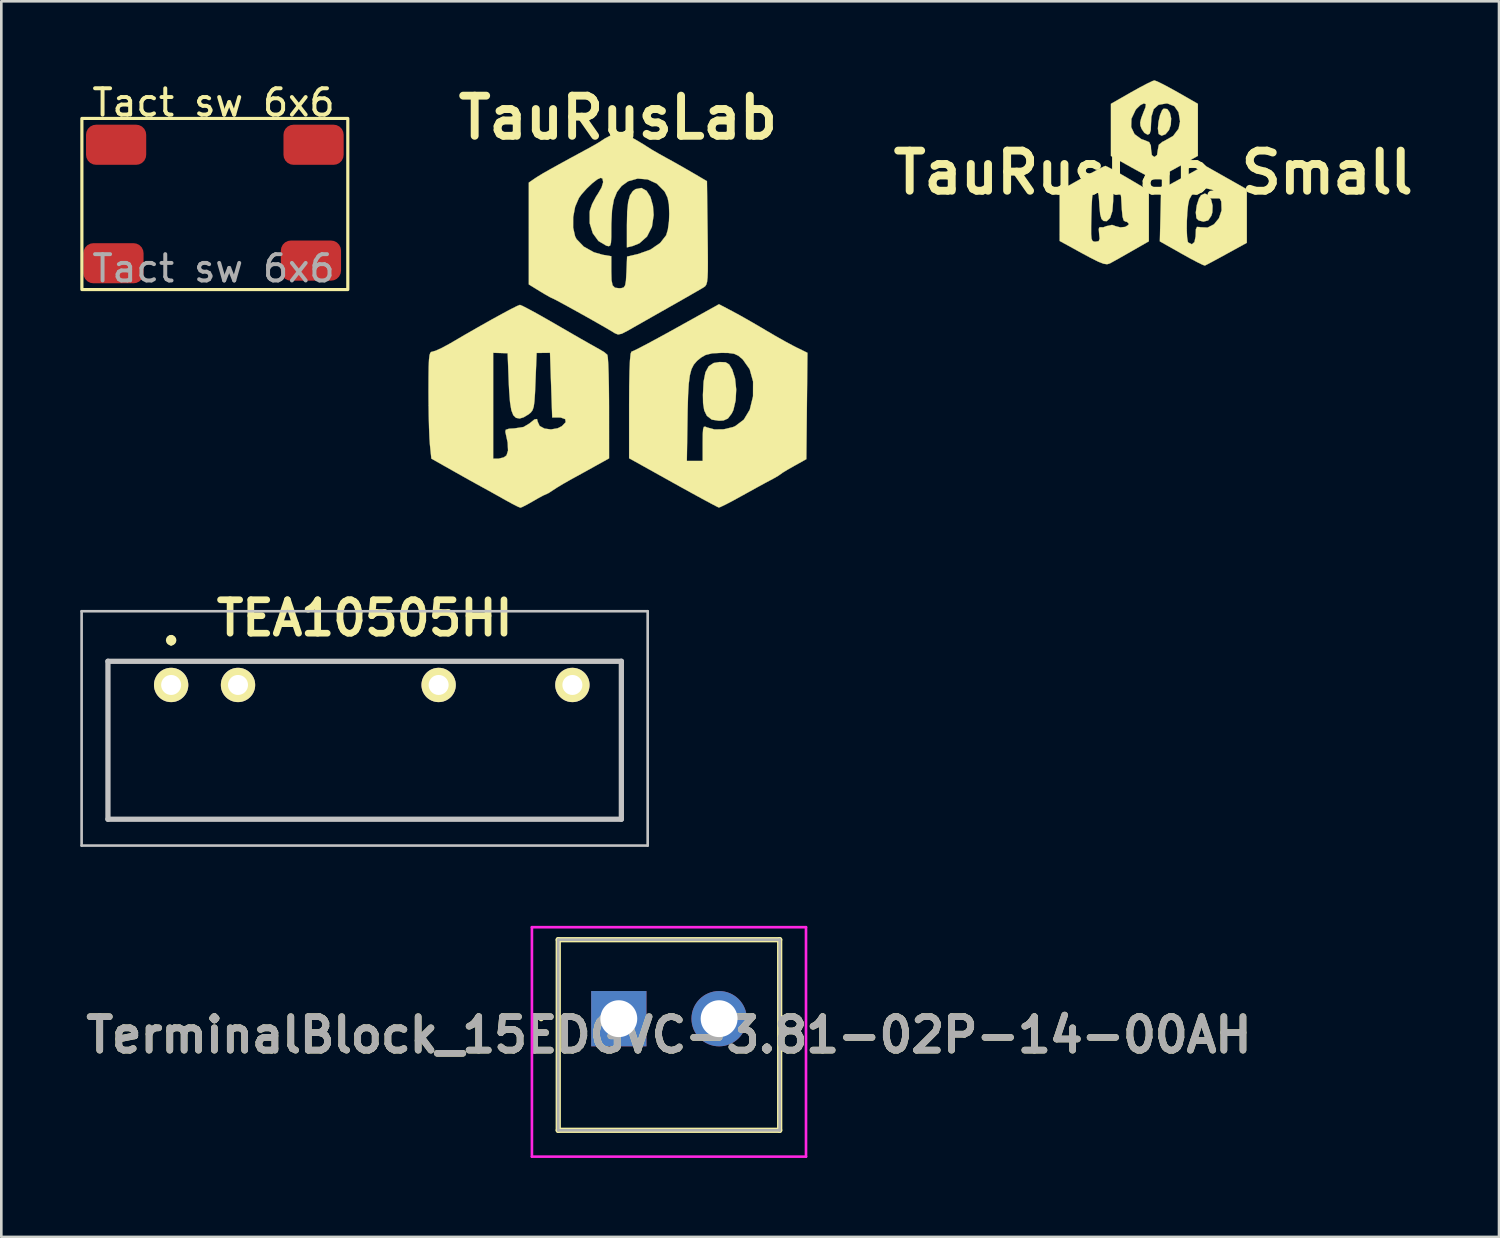
<source format=kicad_pcb>
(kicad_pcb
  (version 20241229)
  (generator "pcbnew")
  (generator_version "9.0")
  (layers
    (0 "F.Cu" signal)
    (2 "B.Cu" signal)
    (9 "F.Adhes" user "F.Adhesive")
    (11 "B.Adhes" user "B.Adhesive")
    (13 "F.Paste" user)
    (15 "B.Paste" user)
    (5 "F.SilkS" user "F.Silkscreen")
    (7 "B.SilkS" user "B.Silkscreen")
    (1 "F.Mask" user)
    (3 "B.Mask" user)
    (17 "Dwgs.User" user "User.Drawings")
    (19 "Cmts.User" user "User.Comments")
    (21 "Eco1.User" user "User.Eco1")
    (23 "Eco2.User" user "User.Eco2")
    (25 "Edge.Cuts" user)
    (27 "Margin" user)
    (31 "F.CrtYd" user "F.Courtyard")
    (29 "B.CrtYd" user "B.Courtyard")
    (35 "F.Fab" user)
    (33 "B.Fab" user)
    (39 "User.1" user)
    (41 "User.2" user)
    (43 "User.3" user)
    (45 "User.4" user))
  (footprint "TauRusLab"
    (layer "F.Cu")
    (at 20.422 9.038)
    (property "Reference" "TauRusLab" (at 0 -7.62 0) (layer "F.SilkS") (effects (font (size 1.524 1.524) (thickness 0.3))))
    (attr through_hole)
    (fp_poly (pts (xy 1.084 -4.842) (xy 1.234 -4.608) (xy 1.329 -4.265) (xy 1.355 -3.92) (xy 1.289 -3.471) (xy 1.103 -3.105) (xy 0.815 -2.848) (xy 0.572 -2.749) (xy 0.339 -2.691) (xy 0.339 -3.541) (xy 0.349 -4.048) (xy 0.386 -4.414) (xy 0.454 -4.665) (xy 0.561 -4.827) (xy 0.671 -4.907) (xy 0.891 -4.949) (xy 1.084 -4.842)) (stroke (width 0.01) (type solid)) (fill yes) (layer "F.SilkS"))
    (fp_poly (pts (xy 4.088 1.672) (xy 4.223 1.754) (xy 4.339 1.947) (xy 4.447 2.289) (xy 4.49 2.703) (xy 4.468 3.124) (xy 4.383 3.486) (xy 4.319 3.619) (xy 4.175 3.808) (xy 4.005 3.883) (xy 3.832 3.892) (xy 3.565 3.851) (xy 3.386 3.713) (xy 3.365 3.686) (xy 3.275 3.498) (xy 3.232 3.224) (xy 3.226 2.905) (xy 3.252 2.405) (xy 3.322 2.051) (xy 3.446 1.822) (xy 3.633 1.699) (xy 3.862 1.662) (xy 4.088 1.672)) (stroke (width 0.01) (type solid)) (fill yes) (layer "F.SilkS"))
    (fp_poly (pts (xy 4.352 -0.262) (xy 4.664 -0.092) (xy 5.053 0.129) (xy 5.453 0.362) (xy 5.6 0.45) (xy 5.971 0.667) (xy 6.343 0.877) (xy 6.657 1.046) (xy 6.764 1.101) (xy 7.196 1.312) (xy 7.154 5.351) (xy 6.689 5.61) (xy 6.439 5.752) (xy 6.254 5.865) (xy 6.181 5.918) (xy 6.085 5.985) (xy 5.895 6.094) (xy 5.8 6.144) (xy 5.579 6.262) (xy 5.262 6.435) (xy 4.898 6.636) (xy 4.678 6.758) (xy 4.35 6.938) (xy 4.077 7.08) (xy 3.892 7.168) (xy 3.831 7.189) (xy 3.742 7.147) (xy 3.527 7.034) (xy 3.208 6.862) (xy 2.807 6.643) (xy 2.345 6.388) (xy 2.095 6.249) (xy 0.606 5.419) (xy 2.615 5.419) (xy 3.217 5.419) (xy 3.217 4.738) (xy 3.22 4.403) (xy 3.233 4.208) (xy 3.264 4.123) (xy 3.322 4.118) (xy 3.381 4.146) (xy 3.663 4.222) (xy 4.017 4.217) (xy 4.367 4.133) (xy 4.452 4.097) (xy 4.778 3.851) (xy 5.005 3.473) (xy 5.127 2.972) (xy 5.129 2.957) (xy 5.131 2.402) (xy 5.001 1.935) (xy 4.742 1.568) (xy 4.737 1.562) (xy 4.572 1.423) (xy 4.41 1.348) (xy 4.187 1.318) (xy 3.935 1.314) (xy 3.577 1.332) (xy 3.329 1.393) (xy 3.158 1.491) (xy 3 1.62) (xy 2.88 1.76) (xy 2.791 1.935) (xy 2.729 2.17) (xy 2.688 2.489) (xy 2.662 2.916) (xy 2.646 3.478) (xy 2.641 3.789) (xy 2.615 5.419) (xy 0.606 5.419) (xy 0.423 5.317) (xy 0.423 3.294) (xy 0.427 2.57) (xy 0.438 2.003) (xy 0.455 1.595) (xy 0.48 1.35) (xy 0.51 1.27) (xy 0.607 1.23) (xy 0.828 1.12) (xy 1.152 0.95) (xy 1.555 0.732) (xy 2.015 0.48) (xy 2.216 0.368) (xy 3.835 -0.533) (xy 4.352 -0.262)) (stroke (width 0.01) (type solid)) (fill yes) (layer "F.SilkS"))
    (fp_poly (pts (xy -3.623 -0.467) (xy -3.403 -0.354) (xy -3.086 -0.182) (xy -2.7 0.036) (xy -2.302 0.265) (xy -1.857 0.523) (xy -1.446 0.76) (xy -1.098 0.958) (xy -0.842 1.102) (xy -0.72 1.169) (xy -0.526 1.284) (xy -0.406 1.386) (xy -0.403 1.39) (xy -0.386 1.498) (xy -0.369 1.75) (xy -0.356 2.12) (xy -0.346 2.584) (xy -0.341 3.116) (xy -0.34 3.401) (xy -0.339 5.321) (xy -0.826 5.592) (xy -1.18 5.789) (xy -1.564 6) (xy -1.778 6.117) (xy -2.069 6.282) (xy -2.333 6.441) (xy -2.468 6.53) (xy -2.636 6.639) (xy -2.737 6.688) (xy -2.74 6.689) (xy -2.832 6.728) (xy -3.024 6.831) (xy -3.217 6.943) (xy -3.458 7.079) (xy -3.638 7.17) (xy -3.708 7.194) (xy -3.807 7.154) (xy -4.009 7.051) (xy -4.27 6.908) (xy -4.276 6.905) (xy -4.61 6.717) (xy -4.952 6.527) (xy -5.17 6.407) (xy -5.383 6.29) (xy -5.591 6.175) (xy -5.83 6.041) (xy -6.138 5.868) (xy -6.55 5.635) (xy -6.613 5.6) (xy -7.088 5.331) (xy -7.142 4.812) (xy -7.16 4.553) (xy -7.176 4.165) (xy -7.188 3.688) (xy -7.195 3.165) (xy -7.197 2.782) (xy -7.195 2.239) (xy -7.19 1.843) (xy -7.178 1.572) (xy -7.158 1.401) (xy -7.128 1.312) (xy -4.741 1.312) (xy -4.741 3.323) (xy -4.741 5.334) (xy -4.54 5.334) (xy -4.338 5.284) (xy -4.234 5.208) (xy -4.176 5.024) (xy -4.19 4.723) (xy -4.273 4.338) (xy -4.279 4.318) (xy -4.264 4.236) (xy -4.138 4.195) (xy -3.934 4.183) (xy -3.588 4.13) (xy -3.358 3.992) (xy -3.174 3.843) (xy -3.076 3.827) (xy -3.048 3.934) (xy -2.975 4.091) (xy -2.791 4.19) (xy -2.545 4.222) (xy -2.287 4.177) (xy -2.131 4.098) (xy -1.987 3.948) (xy -2.004 3.832) (xy -2.173 3.771) (xy -2.251 3.768) (xy -2.498 3.768) (xy -2.54 2.54) (xy -2.582 1.312) (xy -3.09 1.318) (xy -3.133 2.4) (xy -3.152 2.847) (xy -3.173 3.157) (xy -3.201 3.361) (xy -3.245 3.491) (xy -3.309 3.578) (xy -3.387 3.644) (xy -3.58 3.761) (xy -3.736 3.808) (xy -3.874 3.782) (xy -3.976 3.684) (xy -4.05 3.494) (xy -4.1 3.19) (xy -4.134 2.75) (xy -4.149 2.429) (xy -4.191 1.328) (xy -4.741 1.312) (xy -7.128 1.312) (xy -7.127 1.31) (xy -7.084 1.274) (xy -7.054 1.27) (xy -6.914 1.229) (xy -6.679 1.12) (xy -6.395 0.966) (xy -6.355 0.943) (xy -5.824 0.632) (xy -5.309 0.337) (xy -4.831 0.067) (xy -4.412 -0.163) (xy -4.074 -0.344) (xy -3.838 -0.463) (xy -3.725 -0.508) (xy -3.723 -0.508) (xy -3.623 -0.467)) (stroke (width 0.01) (type solid)) (fill yes) (layer "F.SilkS"))
    (fp_poly (pts (xy 0.255 -7.009) (xy 0.487 -6.887) (xy 0.761 -6.73) (xy 1.008 -6.581) (xy 1.101 -6.52) (xy 1.287 -6.403) (xy 1.559 -6.245) (xy 1.811 -6.105) (xy 2.161 -5.912) (xy 2.557 -5.687) (xy 2.844 -5.521) (xy 3.379 -5.207) (xy 3.404 -3.246) (xy 3.411 -2.619) (xy 3.414 -2.141) (xy 3.412 -1.789) (xy 3.402 -1.543) (xy 3.383 -1.38) (xy 3.354 -1.279) (xy 3.313 -1.218) (xy 3.26 -1.178) (xy 3.13 -1.101) (xy 2.882 -0.958) (xy 2.546 -0.765) (xy 2.151 -0.54) (xy 1.905 -0.401) (xy 1.471 -0.155) (xy 1.062 0.078) (xy 0.711 0.277) (xy 0.455 0.423) (xy 0.373 0.47) (xy 0.147 0.587) (xy 0.002 0.617) (xy -0.119 0.569) (xy -0.135 0.558) (xy -0.267 0.477) (xy -0.503 0.339) (xy -0.813 0.162) (xy -1.166 -0.038) (xy -1.531 -0.241) (xy -1.877 -0.433) (xy -2.174 -0.595) (xy -2.39 -0.71) (xy -2.495 -0.761) (xy -2.5 -0.762) (xy -2.586 -0.803) (xy -2.772 -0.909) (xy -2.962 -1.023) (xy -3.387 -1.285) (xy -3.387 -3.446) (xy -1.704 -3.446) (xy -1.629 -3.112) (xy -1.574 -3.006) (xy -1.299 -2.721) (xy -0.916 -2.507) (xy -0.579 -2.411) (xy -0.254 -2.356) (xy -0.254 -1.778) (xy -0.245 -1.446) (xy -0.205 -1.251) (xy -0.114 -1.16) (xy 0.046 -1.14) (xy 0.123 -1.144) (xy 0.215 -1.169) (xy 0.271 -1.25) (xy 0.302 -1.425) (xy 0.32 -1.732) (xy 0.321 -1.75) (xy 0.346 -2.343) (xy 0.767 -2.441) (xy 1.233 -2.607) (xy 1.603 -2.861) (xy 1.829 -3.15) (xy 1.894 -3.367) (xy 1.937 -3.688) (xy 1.947 -3.963) (xy 1.934 -4.322) (xy 1.885 -4.575) (xy 1.787 -4.783) (xy 1.755 -4.832) (xy 1.475 -5.114) (xy 1.125 -5.274) (xy 0.748 -5.306) (xy 0.385 -5.204) (xy 0.138 -5.025) (xy -0.038 -4.797) (xy -0.156 -4.506) (xy -0.225 -4.119) (xy -0.252 -3.606) (xy -0.254 -3.444) (xy -0.255 -3.089) (xy -0.266 -2.872) (xy -0.295 -2.765) (xy -0.349 -2.736) (xy -0.437 -2.755) (xy -0.445 -2.758) (xy -0.742 -2.934) (xy -0.958 -3.23) (xy -1.075 -3.609) (xy -1.076 -4.033) (xy -1.066 -4.096) (xy -0.982 -4.34) (xy -0.834 -4.62) (xy -0.762 -4.728) (xy -0.623 -4.968) (xy -0.563 -5.173) (xy -0.59 -5.306) (xy -0.657 -5.334) (xy -0.786 -5.275) (xy -0.98 -5.124) (xy -1.194 -4.92) (xy -1.387 -4.703) (xy -1.482 -4.571) (xy -1.627 -4.237) (xy -1.702 -3.841) (xy -1.704 -3.446) (xy -3.387 -3.446) (xy -3.387 -5.153) (xy -3.154 -5.314) (xy -3.027 -5.396) (xy -2.85 -5.503) (xy -2.602 -5.644) (xy -2.264 -5.832) (xy -1.817 -6.077) (xy -1.242 -6.389) (xy -1.185 -6.419) (xy -0.913 -6.57) (xy -0.703 -6.693) (xy -0.597 -6.763) (xy -0.593 -6.766) (xy -0.495 -6.83) (xy -0.304 -6.929) (xy -0.233 -6.962) (xy -0.043 -7.043) (xy 0.097 -7.061) (xy 0.255 -7.009)) (stroke (width 0.01) (type solid)) (fill yes) (layer "F.SilkS")))
  (footprint "TerminalBlock_15EDGVC-3.81-02P-14-00AH"
    (layer "F.Cu")
    (at 20.453 35.641)
    (property "Reference" "TerminalBlock_15EDGVC-3.81-02P-14-00AH" (at 1.905 0.62 0) (layer "F.SilkS") (effects (font (size 1.27 1.27) (thickness 0.254))))
    (attr through_hole)
    (fp_line (start -3 0) (end -3 0) (stroke (width 0.1) (type solid)) (layer "F.SilkS"))
    (fp_line (start -2.9 0) (end -2.9 0) (stroke (width 0.1) (type solid)) (layer "F.SilkS"))
    (fp_line (start -2.3 -3) (end -2.3 4.24) (stroke (width 0.2) (type solid)) (layer "F.SilkS"))
    (fp_line (start -2.3 4.24) (end 6.11 4.24) (stroke (width 0.2) (type solid)) (layer "F.SilkS"))
    (fp_line (start 6.11 -3) (end -2.3 -3) (stroke (width 0.2) (type solid)) (layer "F.SilkS"))
    (fp_line (start 6.11 4.24) (end 6.11 -3) (stroke (width 0.2) (type solid)) (layer "F.SilkS"))
    (fp_arc (start -3 0) (mid -2.95 -0.05) (end -2.9 0) (stroke (width 0.1) (type solid)) (layer "F.SilkS"))
    (fp_arc (start -2.9 0) (mid -2.95 0.05) (end -3 0) (stroke (width 0.1) (type solid)) (layer "F.SilkS"))
    (fp_line (start -3.3 -3.475) (end -3.3 5.24) (stroke (width 0.1) (type solid)) (layer "F.CrtYd"))
    (fp_line (start -3.3 5.24) (end 7.11 5.24) (stroke (width 0.1) (type solid)) (layer "F.CrtYd"))
    (fp_line (start 7.11 -3.475) (end -3.3 -3.475) (stroke (width 0.1) (type solid)) (layer "F.CrtYd"))
    (fp_line (start 7.11 5.24) (end 7.11 -3.475) (stroke (width 0.1) (type solid)) (layer "F.CrtYd"))
    (fp_line (start -2.3 -3) (end -2.3 4.24) (stroke (width 0.1) (type solid)) (layer "F.Fab"))
    (fp_line (start -2.3 4.24) (end 6.11 4.24) (stroke (width 0.1) (type solid)) (layer "F.Fab"))
    (fp_line (start 6.11 -3) (end -2.3 -3) (stroke (width 0.1) (type solid)) (layer "F.Fab"))
    (fp_line (start 6.11 4.24) (end 6.11 -3) (stroke (width 0.1) (type solid)) (layer "F.Fab"))
    (fp_text user "${REFERENCE}" (at 1.905 0.62 0) (layer "F.Fab") (effects (font (size 1.27 1.27) (thickness 0.254))))
    (pad "1" thru_hole rect (at 0 0) (size 2.1 2.1) (drill 1.4) (layers "*.Cu" "*.Mask"))
    (pad "2" thru_hole circle (at 3.81 0) (size 2.1 2.1) (drill 1.4) (layers "*.Cu" "*.Mask")))
  (footprint "TauRusLab_Small"
    (layer "F.Cu")
    (at 40.754 3.505)
    (property "Reference" "TauRusLab_Small" (at 0 0 0) (layer "F.SilkS") (effects (font (size 1.524 1.524) (thickness 0.3))))
    (attr through_hole)
    (fp_poly (pts (xy 0.532 -2.413) (xy 0.63 -2.274) (xy 0.678 -2.059) (xy 0.665 -1.815) (xy 0.595 -1.613) (xy 0.463 -1.456) (xy 0.317 -1.401) (xy 0.209 -1.463) (xy 0.199 -1.484) (xy 0.174 -1.674) (xy 0.197 -1.927) (xy 0.255 -2.179) (xy 0.334 -2.369) (xy 0.395 -2.43) (xy 0.532 -2.413)) (stroke (width 0.01) (type solid)) (fill yes) (layer "F.SilkS"))
    (fp_poly (pts (xy 2.092 0.861) (xy 2.196 1.027) (xy 2.252 1.254) (xy 2.243 1.508) (xy 2.207 1.636) (xy 2.085 1.816) (xy 1.904 1.863) (xy 1.723 1.817) (xy 1.638 1.732) (xy 1.614 1.516) (xy 1.652 1.238) (xy 1.735 0.983) (xy 1.813 0.86) (xy 1.958 0.794) (xy 2.092 0.861)) (stroke (width 0.01) (type solid)) (fill yes) (layer "F.SilkS"))
    (fp_poly (pts (xy 3.552 0.635) (xy 3.552 2.667) (xy 2.782 3.09) (xy 2.457 3.268) (xy 2.189 3.412) (xy 2.011 3.506) (xy 1.958 3.532) (xy 1.868 3.5) (xy 1.662 3.399) (xy 1.374 3.246) (xy 1.077 3.081) (xy 0.249 2.612) (xy 0.259 2.174) (xy 1.271 2.174) (xy 1.283 2.448) (xy 1.31 2.622) (xy 1.326 2.653) (xy 1.463 2.723) (xy 1.562 2.64) (xy 1.607 2.421) (xy 1.609 2.365) (xy 1.618 2.149) (xy 1.661 2.063) (xy 1.761 2.069) (xy 1.784 2.076) (xy 2.062 2.088) (xy 2.307 1.962) (xy 2.493 1.733) (xy 2.594 1.434) (xy 2.582 1.1) (xy 2.45 0.82) (xy 2.231 0.649) (xy 1.967 0.59) (xy 1.701 0.646) (xy 1.477 0.82) (xy 1.364 1.027) (xy 1.322 1.224) (xy 1.292 1.514) (xy 1.274 1.846) (xy 1.271 2.174) (xy 0.259 2.174) (xy 0.273 1.624) (xy 0.296 0.636) (xy 1.122 0.183) (xy 1.949 -0.271) (xy 3.552 0.635)) (stroke (width 0.01) (type solid)) (fill yes) (layer "F.SilkS"))
    (fp_poly (pts (xy 0.154 -3.46) (xy 0.375 -3.352) (xy 0.672 -3.193) (xy 0.918 -3.056) (xy 1.693 -2.612) (xy 1.693 -1.623) (xy 1.693 -0.635) (xy 0.896 -0.191) (xy 0.564 -0.01) (xy 0.286 0.135) (xy 0.095 0.226) (xy 0.028 0.248) (xy -0.071 0.207) (xy -0.283 0.099) (xy -0.575 -0.057) (xy -0.826 -0.195) (xy -1.609 -0.633) (xy -1.609 -1.729) (xy -0.84 -1.729) (xy -0.712 -1.46) (xy -0.455 -1.271) (xy -0.318 -1.225) (xy -0.155 -1.156) (xy -0.092 -1.022) (xy -0.085 -0.88) (xy -0.055 -0.664) (xy 0.038 -0.593) (xy 0.042 -0.593) (xy 0.143 -0.668) (xy 0.169 -0.849) (xy 0.208 -1.055) (xy 0.354 -1.173) (xy 0.402 -1.193) (xy 0.754 -1.393) (xy 0.96 -1.666) (xy 1.016 -1.943) (xy 0.96 -2.289) (xy 0.799 -2.521) (xy 0.547 -2.622) (xy 0.489 -2.625) (xy 0.199 -2.574) (xy 0.016 -2.411) (xy -0.072 -2.121) (xy -0.085 -1.892) (xy -0.096 -1.617) (xy -0.138 -1.477) (xy -0.213 -1.439) (xy -0.339 -1.509) (xy -0.441 -1.657) (xy -0.49 -1.784) (xy -0.498 -1.906) (xy -0.458 -2.071) (xy -0.361 -2.323) (xy -0.298 -2.477) (xy -0.283 -2.601) (xy -0.36 -2.627) (xy -0.491 -2.563) (xy -0.639 -2.421) (xy -0.672 -2.379) (xy -0.83 -2.045) (xy -0.84 -1.729) (xy -1.609 -1.729) (xy -1.609 -2.612) (xy -0.833 -3.056) (xy -0.503 -3.239) (xy -0.223 -3.386) (xy -0.027 -3.478) (xy 0.042 -3.5) (xy 0.154 -3.46)) (stroke (width 0.01) (type solid)) (fill yes) (layer "F.SilkS"))
    (fp_poly (pts (xy -1.728 -0.213) (xy -1.522 -0.104) (xy -1.235 0.057) (xy -0.965 0.214) (xy -0.169 0.683) (xy -0.169 2.61) (xy -0.826 2.986) (xy -1.142 3.167) (xy -1.421 3.324) (xy -1.615 3.431) (xy -1.656 3.453) (xy -1.755 3.481) (xy -1.89 3.462) (xy -2.09 3.384) (xy -2.382 3.238) (xy -2.693 3.071) (xy -3.556 2.597) (xy -3.556 2.053) (xy -2.361 2.053) (xy -2.361 2.335) (xy -2.346 2.504) (xy -2.313 2.59) (xy -2.257 2.621) (xy -2.193 2.625) (xy -2.074 2.604) (xy -2.038 2.512) (xy -2.058 2.326) (xy -2.072 2.139) (xy -2.04 2.072) (xy -2.029 2.076) (xy -1.901 2.079) (xy -1.78 2.033) (xy -1.566 1.987) (xy -1.436 2.034) (xy -1.251 2.082) (xy -1.064 2.062) (xy -0.945 1.986) (xy -0.931 1.942) (xy -1 1.871) (xy -1.055 1.863) (xy -1.124 1.821) (xy -1.168 1.676) (xy -1.195 1.4) (xy -1.203 1.25) (xy -1.223 0.922) (xy -1.257 0.729) (xy -1.314 0.635) (xy -1.376 0.609) (xy -1.459 0.615) (xy -1.504 0.699) (xy -1.522 0.895) (xy -1.524 1.078) (xy -1.554 1.46) (xy -1.638 1.721) (xy -1.768 1.845) (xy -1.889 1.838) (xy -1.968 1.76) (xy -2.018 1.581) (xy -2.047 1.268) (xy -2.049 1.211) (xy -2.072 0.89) (xy -2.111 0.709) (xy -2.174 0.639) (xy -2.201 0.635) (xy -2.257 0.663) (xy -2.297 0.763) (xy -2.324 0.962) (xy -2.342 1.285) (xy -2.352 1.63) (xy -2.361 2.053) (xy -3.556 2.053) (xy -3.556 0.687) (xy -2.718 0.216) (xy -2.379 0.029) (xy -2.095 -0.123) (xy -1.897 -0.223) (xy -1.82 -0.254) (xy -1.728 -0.213)) (stroke (width 0.01) (type solid)) (fill yes) (layer "F.SilkS")))
  (footprint "TEA10505HI"
    (layer "F.Cu")
    (at 3.45 22.966)
    (property "Reference" "TEA10505HI" (at 7.35 -2.54 0) (layer "F.SilkS") (effects (font (size 1.27 1.27) (thickness 0.254))))
    (attr through_hole exclude_from_pos_files)
    (fp_line (start 0 -1.8) (end 0 -1.8) (stroke (width 0.2) (type solid)) (layer "F.SilkS"))
    (fp_line (start 0 -1.6) (end 0 -1.6) (stroke (width 0.2) (type solid)) (layer "F.SilkS"))
    (fp_arc (start 0 -1.8) (mid 0.1 -1.7) (end 0 -1.6) (stroke (width 0.2) (type solid)) (layer "F.SilkS"))
    (fp_arc (start 0 -1.6) (mid -0.1 -1.7) (end 0 -1.8) (stroke (width 0.2) (type solid)) (layer "F.SilkS"))
    (fp_line (start -3.4 -2.8) (end -3.4 6.1) (stroke (width 0.1) (type solid)) (layer "Dwgs.User"))
    (fp_line (start -3.4 6.1) (end 18.1 6.1) (stroke (width 0.1) (type solid)) (layer "Dwgs.User"))
    (fp_line (start -2.4 -0.9) (end -2.4 5.1) (stroke (width 0.2) (type solid)) (layer "Dwgs.User"))
    (fp_line (start -2.4 5.1) (end 17.1 5.1) (stroke (width 0.2) (type solid)) (layer "Dwgs.User"))
    (fp_line (start 17.1 -0.9) (end -2.4 -0.9) (stroke (width 0.2) (type solid)) (layer "Dwgs.User"))
    (fp_line (start 17.1 5.1) (end 17.1 -0.9) (stroke (width 0.2) (type solid)) (layer "Dwgs.User"))
    (fp_line (start 18.1 -2.8) (end -3.4 -2.8) (stroke (width 0.1) (type solid)) (layer "Dwgs.User"))
    (fp_line (start 18.1 6.1) (end 18.1 -2.8) (stroke (width 0.1) (type solid)) (layer "Dwgs.User"))
    (pad "1" thru_hole circle (at 0 0 90) (size 1.303 1.303) (drill 0.76) (layers "*.Cu" "*.Mask" "F.SilkS"))
    (pad "2" thru_hole circle (at 2.54 0 90) (size 1.303 1.303) (drill 0.76) (layers "*.Cu" "*.Mask" "F.SilkS"))
    (pad "5" thru_hole circle (at 10.16 0 90) (size 1.303 1.303) (drill 0.76) (layers "*.Cu" "*.Mask" "F.SilkS"))
    (pad "7" thru_hole circle (at 15.24 0 90) (size 1.303 1.303) (drill 0.76) (layers "*.Cu" "*.Mask" "F.SilkS")))
  (footprint "Tact sw 6x6"
    (layer "F.Cu")
    (at 5.06 4.648)
    (property "Reference" "Tact sw 6x6" (at 0 -3.8 0) (unlocked yes) (layer "F.SilkS") (effects (font (size 1 1) (thickness 0.15))))
    (attr smd)
    (fp_rect (start -5 -3.2) (end 5.1 3.3) (stroke (width 0.12) (type solid)) (fill no) (layer "F.SilkS"))
    (fp_text user "${REFERENCE}" (at 0 2.5 0) (unlocked yes) (layer "F.Fab") (effects (font (size 1 1) (thickness 0.15))))
    (pad "1" smd roundrect (at -3.7 -2.2) (size 2.286 1.524) (layers "F.Cu" "F.Mask" "F.Paste") (roundrect_rratio 0.25))
    (pad "1" smd roundrect (at 3.8 -2.2) (size 2.286 1.524) (layers "F.Cu" "F.Mask" "F.Paste") (roundrect_rratio 0.25))
    (pad "2" smd roundrect (at -3.8 2.3) (size 2.286 1.524) (layers "F.Cu" "F.Mask" "F.Paste") (roundrect_rratio 0.25))
    (pad "2" smd roundrect (at 3.7 2.2) (size 2.286 1.524) (layers "F.Cu" "F.Mask" "F.Paste") (roundrect_rratio 0.25)))
  (gr_rect
    (start -3 -3)
    (end 53.885 43.931)
    (stroke (width 0.1) (type default))
    (fill no)
    (layer "Edge.Cuts")))
</source>
